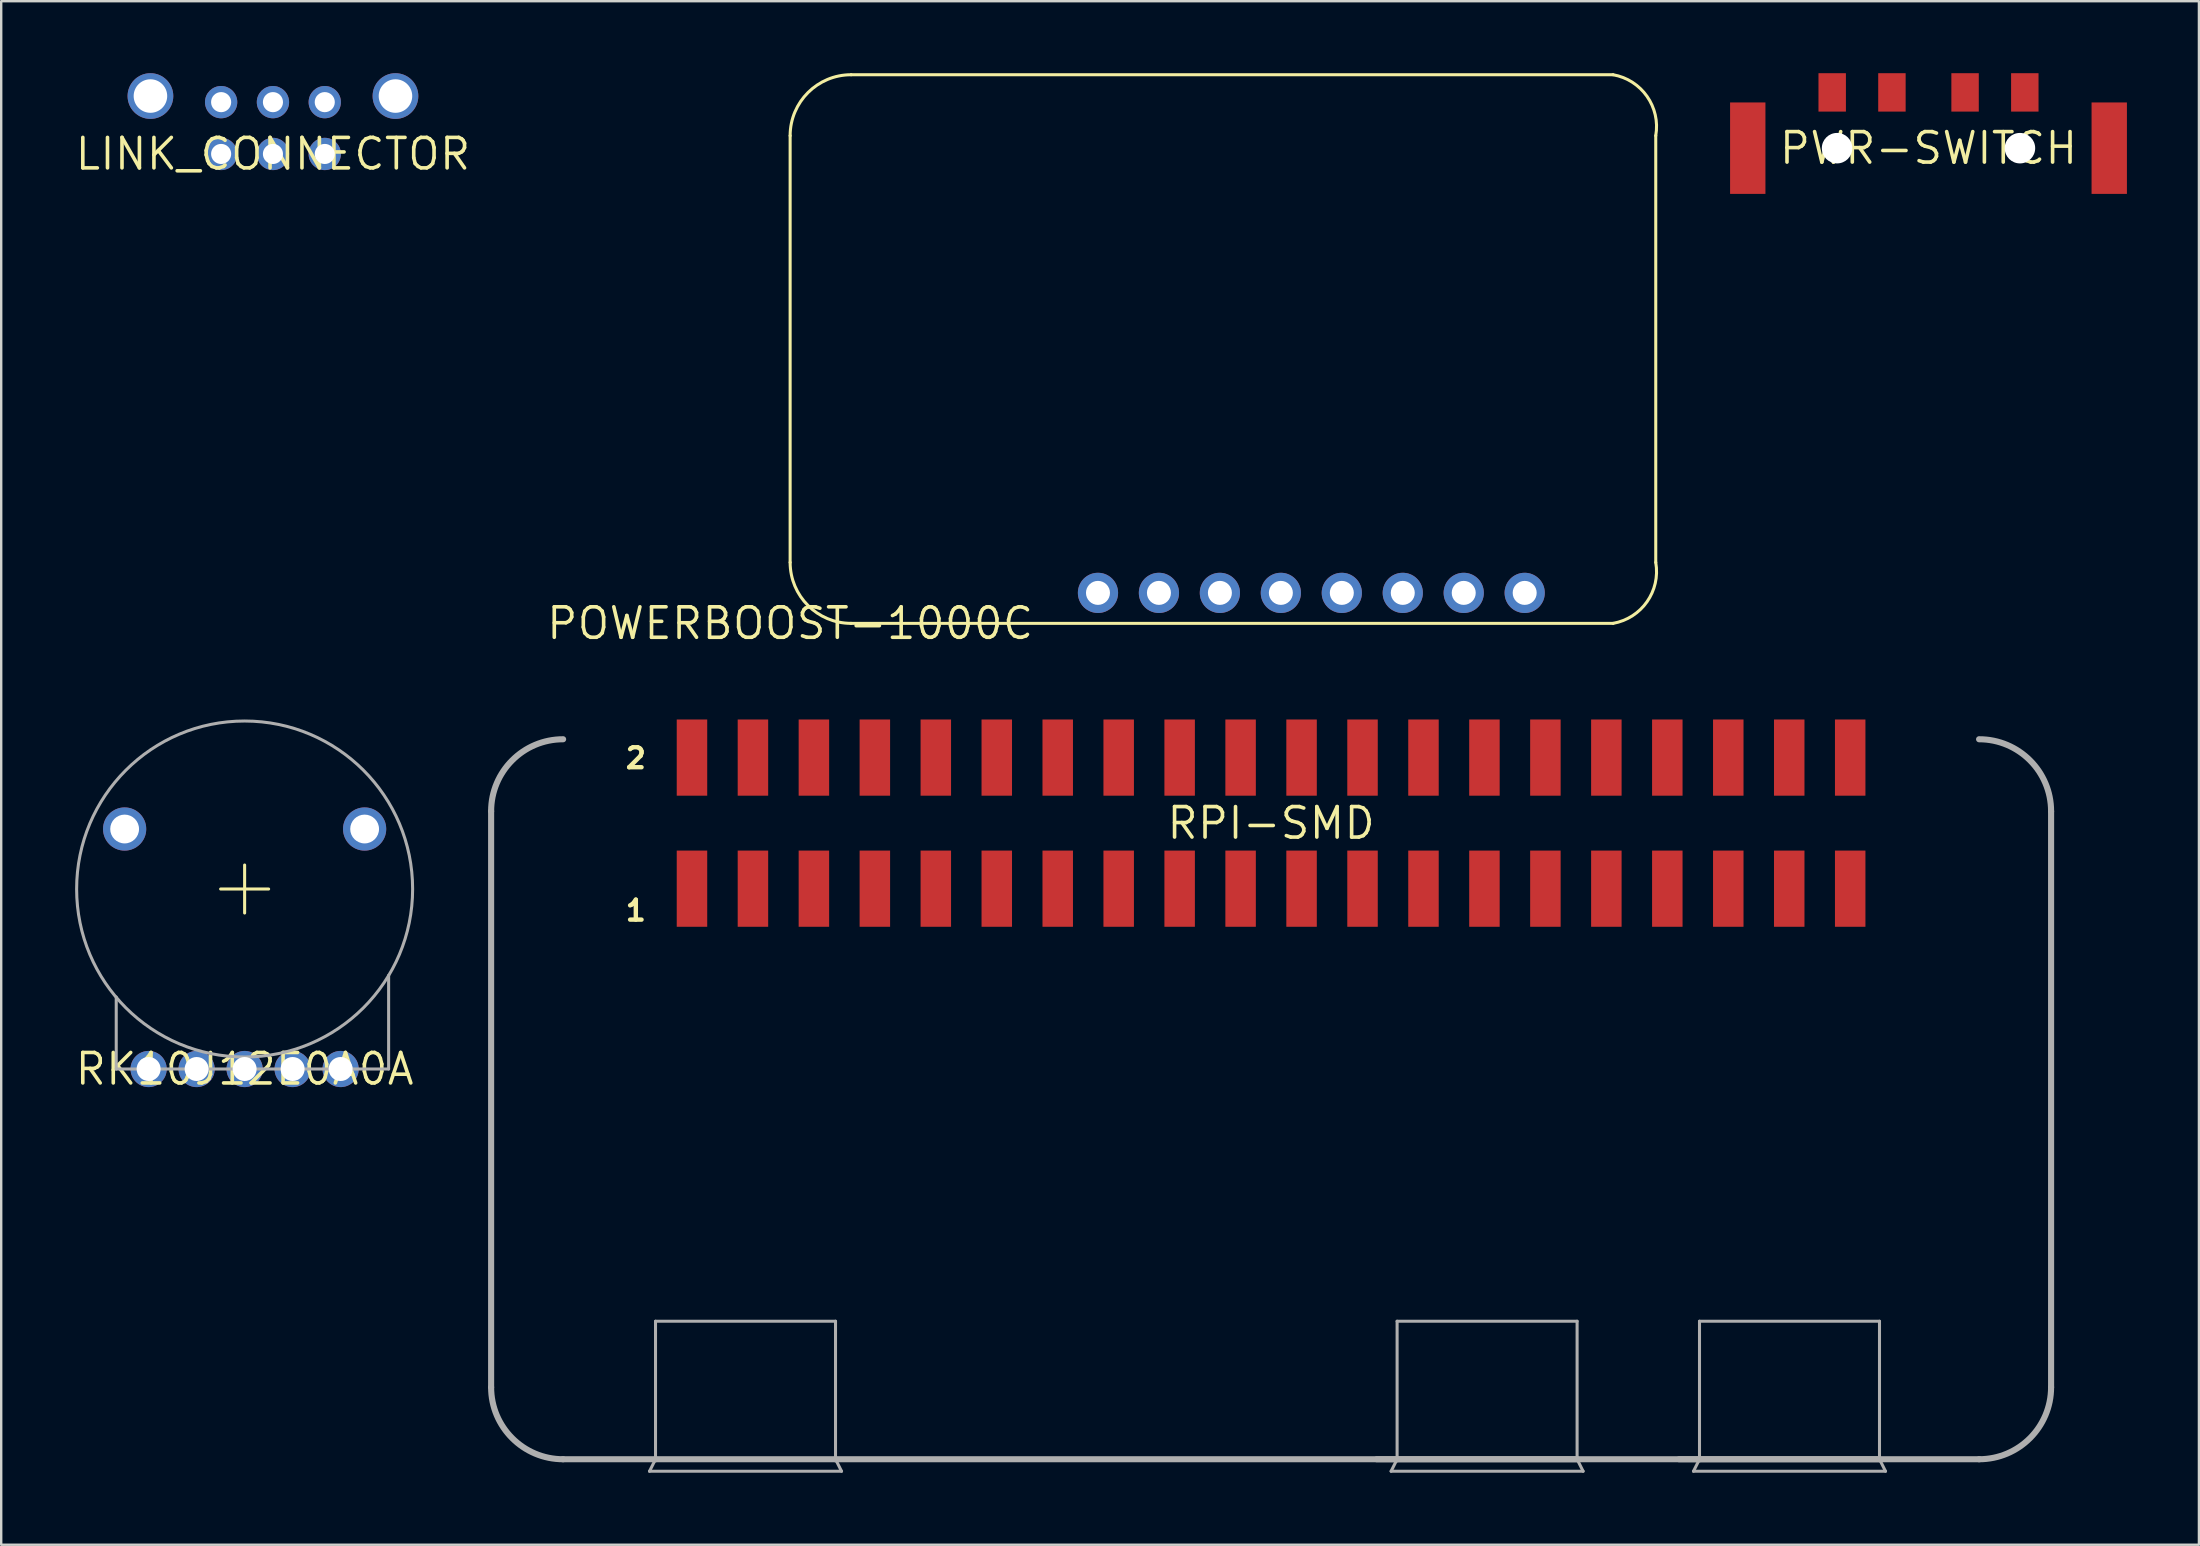
<source format=kicad_pcb>
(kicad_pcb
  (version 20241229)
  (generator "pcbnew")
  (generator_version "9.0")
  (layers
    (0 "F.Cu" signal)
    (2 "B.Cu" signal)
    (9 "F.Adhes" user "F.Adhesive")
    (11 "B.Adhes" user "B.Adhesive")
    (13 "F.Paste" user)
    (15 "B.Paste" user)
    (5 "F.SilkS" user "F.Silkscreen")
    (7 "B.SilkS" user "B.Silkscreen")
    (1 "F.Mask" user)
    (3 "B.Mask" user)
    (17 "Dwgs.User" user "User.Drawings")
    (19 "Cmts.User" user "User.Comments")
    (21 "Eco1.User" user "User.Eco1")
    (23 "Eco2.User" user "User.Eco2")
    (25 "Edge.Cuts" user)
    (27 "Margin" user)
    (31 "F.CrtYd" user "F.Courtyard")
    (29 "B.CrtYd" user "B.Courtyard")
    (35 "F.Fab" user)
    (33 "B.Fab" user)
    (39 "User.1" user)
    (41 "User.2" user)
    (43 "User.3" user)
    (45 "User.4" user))
  (footprint "RK10J12E0A0A"
    (layer "F.Cu")
    (at 7.143 41.493)
    (property "Reference" "RK10J12E0A0A" (at 0 0 0) (layer "F.SilkS") (effects (font (size 1.27 1.27) (thickness 0.15))))
    (fp_line (start -1 -7.5) (end 1 -7.5) (stroke (width 0.127) (type solid)) (layer "F.SilkS"))
    (fp_line (start 0 -8.5) (end 0 -6.5) (stroke (width 0.127) (type solid)) (layer "F.SilkS"))
    (fp_line (start -5.35 0) (end -5.35 -3) (stroke (width 0.127) (type solid)) (layer "F.Fab"))
    (fp_line (start -5.35 0) (end 6 0) (stroke (width 0.127) (type solid)) (layer "F.Fab"))
    (fp_line (start 6 0) (end 6 -3.9) (stroke (width 0.127) (type solid)) (layer "F.Fab"))
    (fp_circle (center 0 -7.5) (end 7 -7.5) (stroke (width 0.127) (type solid)) (fill no) (layer "F.Fab"))
    (pad "1" thru_hole circle (at -4 0) (size 1.508 1.508) (drill 1) (layers "*.Cu" "*.Mask"))
    (pad "2" thru_hole circle (at 0 0) (size 1.508 1.508) (drill 1) (layers "*.Cu" "*.Mask"))
    (pad "2O" thru_hole circle (at -2 0) (size 1.508 1.508) (drill 1) (layers "*.Cu" "*.Mask"))
    (pad "3" thru_hole circle (at 2 0) (size 1.508 1.508) (drill 1) (layers "*.Cu" "*.Mask"))
    (pad "3O" thru_hole circle (at 4 0) (size 1.508 1.508) (drill 1) (layers "*.Cu" "*.Mask"))
    (pad "P$6" thru_hole circle (at -5 -10) (size 1.8 1.8) (drill 1.2) (layers "*.Cu" "*.Mask"))
    (pad "P$7" thru_hole circle (at 5 -10) (size 1.8 1.8) (drill 1.2) (layers "*.Cu" "*.Mask")))
  (footprint "POWERBOOST-1000C"
    (layer "F.Cu")
    (at 29.873 22.924)
    (property "Reference" "POWERBOOST-1000C" (at 0 0 0) (layer "F.SilkS") (effects (font (size 1.27 1.27) (thickness 0.15))))
    (fp_line (start 0 -20.32) (end 0 -2.54) (stroke (width 0.127) (type solid)) (layer "F.SilkS"))
    (fp_line (start 2.54 0) (end 34.29 0) (stroke (width 0.127) (type solid)) (layer "F.SilkS"))
    (fp_line (start 34.29 -22.86) (end 2.54 -22.86) (stroke (width 0.127) (type solid)) (layer "F.SilkS"))
    (fp_line (start 36.068 -2.54) (end 36.068 -20.32) (stroke (width 0.127) (type solid)) (layer "F.SilkS"))
    (fp_arc (start 0 -20.32) (mid 0.743949 -22.116051) (end 2.54 -22.86) (stroke (width 0.127) (type solid)) (layer "F.SilkS"))
    (fp_arc (start 2.54 0) (mid 0.743949 -0.743949) (end 0 -2.54) (stroke (width 0.127) (type solid)) (layer "F.SilkS"))
    (fp_arc (start 34.29 -22.86) (mid 35.705051 -21.958236) (end 36.068 -20.32) (stroke (width 0.127) (type solid)) (layer "F.SilkS"))
    (fp_arc (start 36.068 -2.54) (mid 35.705051 -0.901764) (end 34.29 0) (stroke (width 0.127) (type solid)) (layer "F.SilkS"))
    (pad "5V" thru_hole circle (at 30.607 -1.27) (size 1.676 1.676) (drill 1) (layers "*.Cu" "*.Mask"))
    (pad "BAT" thru_hole circle (at 15.367 -1.27) (size 1.676 1.676) (drill 1) (layers "*.Cu" "*.Mask"))
    (pad "EN" thru_hole circle (at 20.447 -1.27) (size 1.676 1.676) (drill 1) (layers "*.Cu" "*.Mask"))
    (pad "GND@1" thru_hole circle (at 22.987 -1.27) (size 1.676 1.676) (drill 1) (layers "*.Cu" "*.Mask"))
    (pad "GND@2" thru_hole circle (at 28.067 -1.27) (size 1.676 1.676) (drill 1) (layers "*.Cu" "*.Mask"))
    (pad "LBO" thru_hole circle (at 25.527 -1.27) (size 1.676 1.676) (drill 1) (layers "*.Cu" "*.Mask"))
    (pad "USB" thru_hole circle (at 12.827 -1.27) (size 1.676 1.676) (drill 1) (layers "*.Cu" "*.Mask"))
    (pad "VS" thru_hole circle (at 17.907 -1.27) (size 1.676 1.676) (drill 1) (layers "*.Cu" "*.Mask")))
  (footprint "LINK_CONNECTOR"
    (layer "F.Cu")
    (at 8.323 3.365)
    (property "Reference" "LINK_CONNECTOR" (at 0 0 0) (layer "F.SilkS") (effects (font (size 1.27 1.27) (thickness 0.15))))
    (pad "1" thru_hole circle (at -2.159 -2.159) (size 1.346 1.346) (drill 0.838) (layers "*.Cu" "*.Mask"))
    (pad "2" thru_hole circle (at -2.159 0) (size 1.346 1.346) (drill 0.838) (layers "*.Cu" "*.Mask"))
    (pad "3" thru_hole circle (at 0 -2.159) (size 1.346 1.346) (drill 0.838) (layers "*.Cu" "*.Mask"))
    (pad "4" thru_hole circle (at 0 0) (size 1.346 1.346) (drill 0.838) (layers "*.Cu" "*.Mask"))
    (pad "5" thru_hole circle (at 2.159 -2.159) (size 1.346 1.346) (drill 0.838) (layers "*.Cu" "*.Mask"))
    (pad "6" thru_hole circle (at 2.159 0) (size 1.346 1.346) (drill 0.838) (layers "*.Cu" "*.Mask"))
    (pad "GND@1" thru_hole circle (at -5.105 -2.413 270) (size 1.905 1.905) (drill 1.397) (layers "*.Cu" "*.Mask"))
    (pad "GND@2" thru_hole circle (at 5.105 -2.413 270) (size 1.905 1.905) (drill 1.397) (layers "*.Cu" "*.Mask")))
  (footprint "RPI-SMD"
    (layer "F.Cu")
    (at 49.913 31.248)
    (property "Reference" "RPI-SMD" (at 0 0 0) (layer "F.SilkS") (effects (font (size 1.27 1.27) (thickness 0.15))))
    (fp_line (start -32.499 -0.495) (end -32.499 23.505) (stroke (width 0.254) (type solid)) (layer "F.Fab"))
    (fp_line (start -29.499 26.505) (end -25.649 26.505) (stroke (width 0.254) (type solid)) (layer "F.Fab"))
    (fp_line (start -25.899 27.005) (end -17.899 27.005) (stroke (width 0.127) (type solid)) (layer "F.Fab"))
    (fp_line (start -25.649 20.755) (end -18.149 20.755) (stroke (width 0.127) (type solid)) (layer "F.Fab"))
    (fp_line (start -25.649 26.505) (end -25.899 27.005) (stroke (width 0.127) (type solid)) (layer "F.Fab"))
    (fp_line (start -25.649 26.505) (end -25.649 20.755) (stroke (width 0.127) (type solid)) (layer "F.Fab"))
    (fp_line (start -25.649 26.505) (end -18.149 26.505) (stroke (width 0.254) (type solid)) (layer "F.Fab"))
    (fp_line (start -18.149 20.755) (end -18.149 26.505) (stroke (width 0.127) (type solid)) (layer "F.Fab"))
    (fp_line (start -18.149 26.505) (end 29.501 26.505) (stroke (width 0.254) (type solid)) (layer "F.Fab"))
    (fp_line (start -17.899 27.005) (end -18.149 26.505) (stroke (width 0.127) (type solid)) (layer "F.Fab"))
    (fp_line (start 4.401 26.505) (end 5.251 26.505) (stroke (width 0.254) (type solid)) (layer "F.Fab"))
    (fp_line (start 5.001 27.005) (end 13.001 27.005) (stroke (width 0.127) (type solid)) (layer "F.Fab"))
    (fp_line (start 5.251 20.755) (end 12.751 20.755) (stroke (width 0.127) (type solid)) (layer "F.Fab"))
    (fp_line (start 5.251 26.505) (end 5.001 27.005) (stroke (width 0.127) (type solid)) (layer "F.Fab"))
    (fp_line (start 5.251 26.505) (end 5.251 20.755) (stroke (width 0.127) (type solid)) (layer "F.Fab"))
    (fp_line (start 5.251 26.505) (end 12.751 26.505) (stroke (width 0.254) (type solid)) (layer "F.Fab"))
    (fp_line (start 12.751 20.755) (end 12.751 26.505) (stroke (width 0.127) (type solid)) (layer "F.Fab"))
    (fp_line (start 13.001 27.005) (end 12.751 26.505) (stroke (width 0.127) (type solid)) (layer "F.Fab"))
    (fp_line (start 17.001 26.505) (end 17.851 26.505) (stroke (width 0.254) (type solid)) (layer "F.Fab"))
    (fp_line (start 17.601 27.005) (end 25.601 27.005) (stroke (width 0.127) (type solid)) (layer "F.Fab"))
    (fp_line (start 17.851 20.755) (end 25.351 20.755) (stroke (width 0.127) (type solid)) (layer "F.Fab"))
    (fp_line (start 17.851 26.505) (end 17.601 27.005) (stroke (width 0.127) (type solid)) (layer "F.Fab"))
    (fp_line (start 17.851 26.505) (end 17.851 20.755) (stroke (width 0.127) (type solid)) (layer "F.Fab"))
    (fp_line (start 17.851 26.505) (end 25.351 26.505) (stroke (width 0.254) (type solid)) (layer "F.Fab"))
    (fp_line (start 25.351 20.755) (end 25.351 26.505) (stroke (width 0.127) (type solid)) (layer "F.Fab"))
    (fp_line (start 25.601 27.005) (end 25.351 26.505) (stroke (width 0.127) (type solid)) (layer "F.Fab"))
    (fp_line (start 32.501 23.505) (end 32.501 -0.495) (stroke (width 0.254) (type solid)) (layer "F.Fab"))
    (fp_arc (start -32.499301 -0.495099) (mid -31.620621 -2.61642) (end -29.4993 -3.4951) (stroke (width 0.254) (type solid)) (layer "F.Fab"))
    (fp_arc (start -29.4993 26.5049) (mid -31.62062 25.62622) (end -32.4993 23.5049) (stroke (width 0.254) (type solid)) (layer "F.Fab"))
    (fp_arc (start 29.500699 -3.495099) (mid 31.62202 -2.61642) (end 32.5007 -0.4951) (stroke (width 0.254) (type solid)) (layer "F.Fab"))
    (fp_arc (start 32.5007 23.5049) (mid 31.62202 25.62622) (end 29.5007 26.5049) (stroke (width 0.254) (type solid)) (layer "F.Fab"))
    (fp_text user "1" (at -26.987 4.132 0) (unlocked yes) (layer "F.SilkS") (effects (font (size 0.833 0.833) (thickness 0.183)) (justify left bottom)))
    (fp_text user "2" (at -26.987 -2.218 0) (unlocked yes) (layer "F.SilkS") (effects (font (size 0.833 0.833) (thickness 0.183)) (justify left bottom)))
    (pad "1" smd rect (at -24.13 2.731) (size 1.27 3.175) (layers "F.Cu" "F.Mask" "F.Paste"))
    (pad "2" smd rect (at -24.13 -2.731) (size 1.27 3.175) (layers "F.Cu" "F.Mask" "F.Paste"))
    (pad "3" smd rect (at -21.59 2.731) (size 1.27 3.175) (layers "F.Cu" "F.Mask" "F.Paste"))
    (pad "4" smd rect (at -21.59 -2.731) (size 1.27 3.175) (layers "F.Cu" "F.Mask" "F.Paste"))
    (pad "5" smd rect (at -19.05 2.731) (size 1.27 3.175) (layers "F.Cu" "F.Mask" "F.Paste"))
    (pad "6" smd rect (at -19.05 -2.731) (size 1.27 3.175) (layers "F.Cu" "F.Mask" "F.Paste"))
    (pad "7" smd rect (at -16.51 2.731) (size 1.27 3.175) (layers "F.Cu" "F.Mask" "F.Paste"))
    (pad "8" smd rect (at -16.51 -2.731) (size 1.27 3.175) (layers "F.Cu" "F.Mask" "F.Paste"))
    (pad "9" smd rect (at -13.97 2.731) (size 1.27 3.175) (layers "F.Cu" "F.Mask" "F.Paste"))
    (pad "10" smd rect (at -13.97 -2.731) (size 1.27 3.175) (layers "F.Cu" "F.Mask" "F.Paste"))
    (pad "11" smd rect (at -11.43 2.731) (size 1.27 3.175) (layers "F.Cu" "F.Mask" "F.Paste"))
    (pad "12" smd rect (at -11.43 -2.731) (size 1.27 3.175) (layers "F.Cu" "F.Mask" "F.Paste"))
    (pad "13" smd rect (at -8.89 2.731) (size 1.27 3.175) (layers "F.Cu" "F.Mask" "F.Paste"))
    (pad "14" smd rect (at -8.89 -2.731) (size 1.27 3.175) (layers "F.Cu" "F.Mask" "F.Paste"))
    (pad "15" smd rect (at -6.35 2.731) (size 1.27 3.175) (layers "F.Cu" "F.Mask" "F.Paste"))
    (pad "16" smd rect (at -6.35 -2.731) (size 1.27 3.175) (layers "F.Cu" "F.Mask" "F.Paste"))
    (pad "17" smd rect (at -3.81 2.731) (size 1.27 3.175) (layers "F.Cu" "F.Mask" "F.Paste"))
    (pad "18" smd rect (at -3.81 -2.731) (size 1.27 3.175) (layers "F.Cu" "F.Mask" "F.Paste"))
    (pad "19" smd rect (at -1.27 2.731) (size 1.27 3.175) (layers "F.Cu" "F.Mask" "F.Paste"))
    (pad "20" smd rect (at -1.27 -2.731) (size 1.27 3.175) (layers "F.Cu" "F.Mask" "F.Paste"))
    (pad "21" smd rect (at 1.27 2.731) (size 1.27 3.175) (layers "F.Cu" "F.Mask" "F.Paste"))
    (pad "22" smd rect (at 1.27 -2.731) (size 1.27 3.175) (layers "F.Cu" "F.Mask" "F.Paste"))
    (pad "23" smd rect (at 3.81 2.731) (size 1.27 3.175) (layers "F.Cu" "F.Mask" "F.Paste"))
    (pad "24" smd rect (at 3.81 -2.731) (size 1.27 3.175) (layers "F.Cu" "F.Mask" "F.Paste"))
    (pad "25" smd rect (at 6.35 2.731) (size 1.27 3.175) (layers "F.Cu" "F.Mask" "F.Paste"))
    (pad "26" smd rect (at 6.35 -2.731) (size 1.27 3.175) (layers "F.Cu" "F.Mask" "F.Paste"))
    (pad "27" smd rect (at 8.89 2.731) (size 1.27 3.175) (layers "F.Cu" "F.Mask" "F.Paste"))
    (pad "28" smd rect (at 8.89 -2.731) (size 1.27 3.175) (layers "F.Cu" "F.Mask" "F.Paste"))
    (pad "29" smd rect (at 11.43 2.731) (size 1.27 3.175) (layers "F.Cu" "F.Mask" "F.Paste"))
    (pad "30" smd rect (at 11.43 -2.731) (size 1.27 3.175) (layers "F.Cu" "F.Mask" "F.Paste"))
    (pad "31" smd rect (at 13.97 2.731) (size 1.27 3.175) (layers "F.Cu" "F.Mask" "F.Paste"))
    (pad "32" smd rect (at 13.97 -2.731) (size 1.27 3.175) (layers "F.Cu" "F.Mask" "F.Paste"))
    (pad "33" smd rect (at 16.51 2.731) (size 1.27 3.175) (layers "F.Cu" "F.Mask" "F.Paste"))
    (pad "34" smd rect (at 16.51 -2.731) (size 1.27 3.175) (layers "F.Cu" "F.Mask" "F.Paste"))
    (pad "35" smd rect (at 19.05 2.731) (size 1.27 3.175) (layers "F.Cu" "F.Mask" "F.Paste"))
    (pad "36" smd rect (at 19.05 -2.731) (size 1.27 3.175) (layers "F.Cu" "F.Mask" "F.Paste"))
    (pad "37" smd rect (at 21.59 2.731) (size 1.27 3.175) (layers "F.Cu" "F.Mask" "F.Paste"))
    (pad "38" smd rect (at 21.59 -2.731) (size 1.27 3.175) (layers "F.Cu" "F.Mask" "F.Paste"))
    (pad "39" smd rect (at 24.13 2.731) (size 1.27 3.175) (layers "F.Cu" "F.Mask" "F.Paste"))
    (pad "40" smd rect (at 24.13 -2.731) (size 1.27 3.175) (layers "F.Cu" "F.Mask" "F.Paste")))
  (footprint "PWR-SWITCH"
    (layer "F.Cu")
    (at 77.306 3.124)
    (property "Reference" "PWR-SWITCH" (at 0 0 0) (layer "F.SilkS") (effects (font (size 1.27 1.27) (thickness 0.15))))
    (pad "" np_thru_hole circle (at -3.81 0) (size 1.27 1.27) (drill 1.27) (layers "*.Cu" "*.Mask"))
    (pad "" np_thru_hole circle (at 3.81 0) (size 1.27 1.27) (drill 1.27) (layers "*.Cu" "*.Mask"))
    (pad "C@1" smd rect (at -1.524 -2.324) (size 1.143 1.6) (layers "F.Cu" "F.Mask" "F.Paste"))
    (pad "C@2" smd rect (at 1.524 -2.324) (size 1.143 1.6) (layers "F.Cu" "F.Mask" "F.Paste"))
    (pad "GND@1" smd rect (at -7.531 0) (size 1.473 3.81) (layers "F.Cu" "F.Mask" "F.Paste"))
    (pad "GND@2" smd rect (at 7.531 0) (size 1.473 3.81) (layers "F.Cu" "F.Mask" "F.Paste"))
    (pad "L" smd rect (at -4.013 -2.324) (size 1.143 1.6) (layers "F.Cu" "F.Mask" "F.Paste"))
    (pad "R" smd rect (at 4.013 -2.324) (size 1.143 1.6) (layers "F.Cu" "F.Mask" "F.Paste")))
  (gr_rect
    (start -3 -3)
    (end 88.574 61.316)
    (stroke (width 0.1) (type default))
    (fill no)
    (layer "Edge.Cuts")))
</source>
